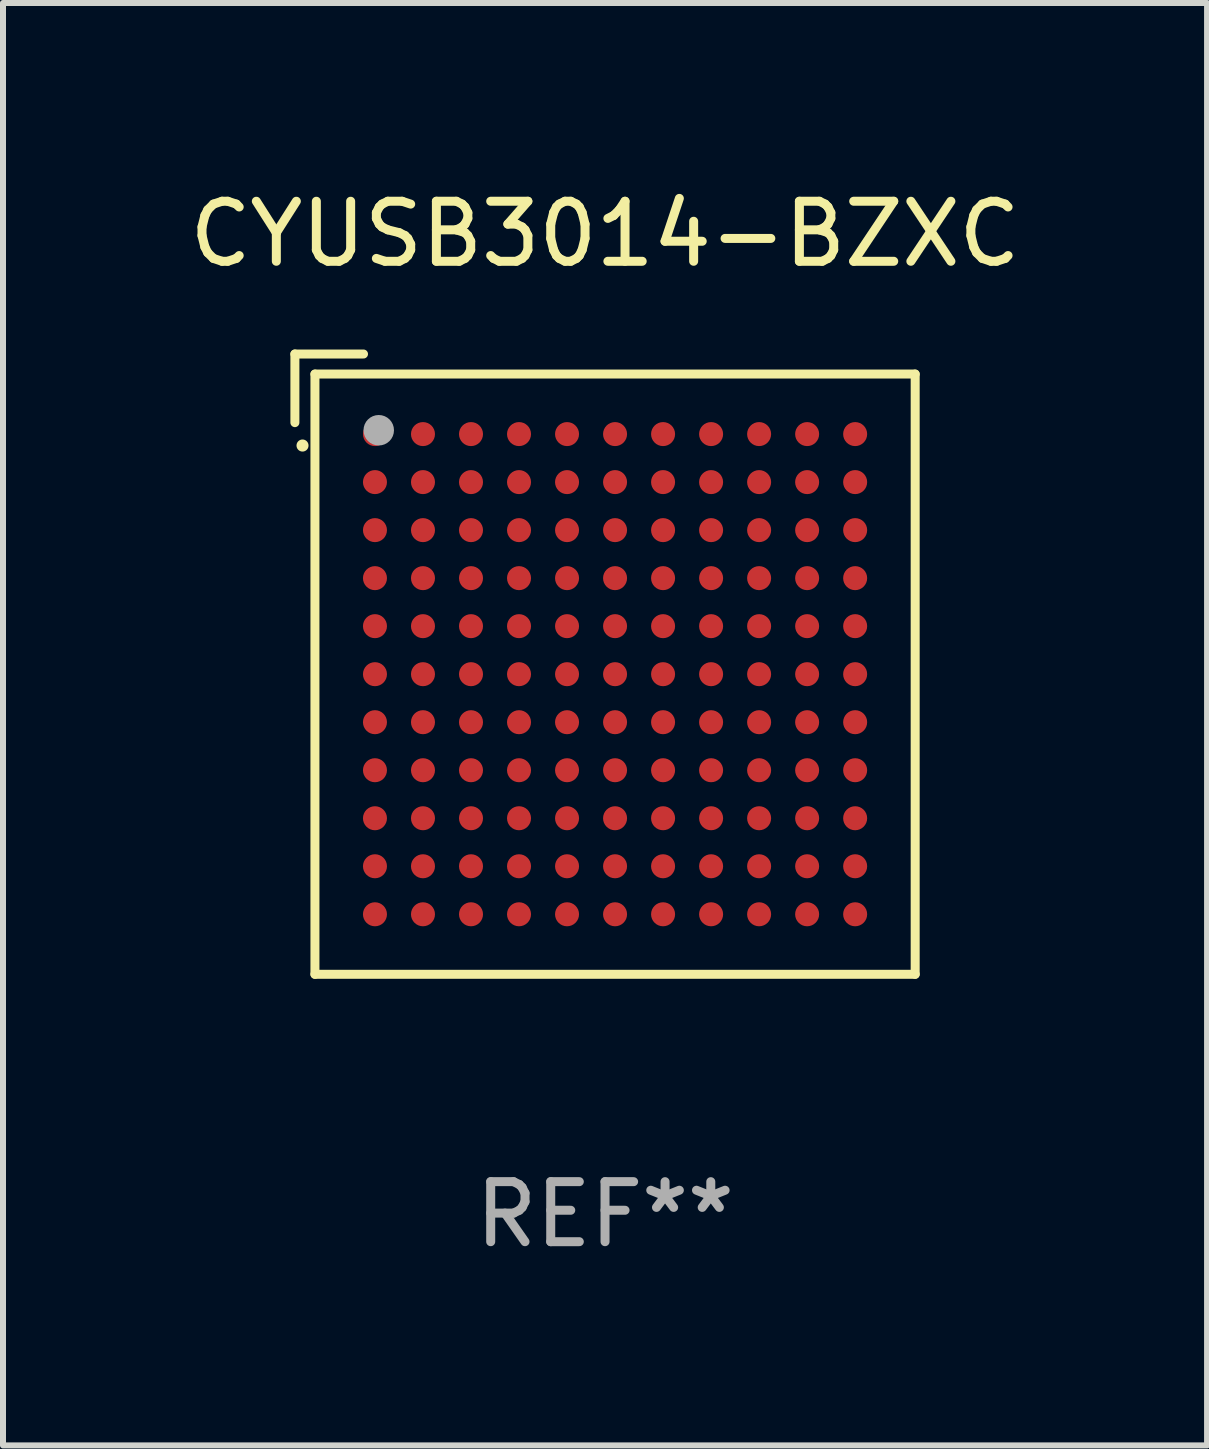
<source format=kicad_pcb>
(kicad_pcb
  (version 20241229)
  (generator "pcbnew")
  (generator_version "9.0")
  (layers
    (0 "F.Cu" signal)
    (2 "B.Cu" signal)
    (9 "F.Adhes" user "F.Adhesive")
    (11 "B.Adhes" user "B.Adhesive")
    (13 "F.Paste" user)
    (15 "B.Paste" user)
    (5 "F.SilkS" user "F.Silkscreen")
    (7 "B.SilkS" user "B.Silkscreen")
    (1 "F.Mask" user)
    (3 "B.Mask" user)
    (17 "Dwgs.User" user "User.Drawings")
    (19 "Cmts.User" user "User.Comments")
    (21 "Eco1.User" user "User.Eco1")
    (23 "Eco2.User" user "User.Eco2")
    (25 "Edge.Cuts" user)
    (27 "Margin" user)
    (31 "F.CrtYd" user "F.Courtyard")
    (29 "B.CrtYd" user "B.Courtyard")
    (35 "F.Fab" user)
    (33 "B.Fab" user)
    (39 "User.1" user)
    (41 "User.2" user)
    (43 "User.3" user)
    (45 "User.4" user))
  (footprint "CYUSB3014-BZXC"
    (layer "F.Cu")
    (at 7.03 8.015)
    (property "Reference" "CYUSB3014-BZXC" (at 0 -7.167 0) (layer "F.SilkS") (effects (font (size 1 1) (thickness 0.15))))
    (attr through_hole)
    (fp_line (start -5.167 -5.167) (end -5.167 -4.024) (stroke (width 0.15) (type solid)) (layer "F.SilkS"))
    (fp_line (start -4.833 -4.833) (end 5.167 -4.833) (stroke (width 0.15) (type solid)) (layer "F.SilkS"))
    (fp_line (start -4.833 5.167) (end -4.833 -4.833) (stroke (width 0.15) (type solid)) (layer "F.SilkS"))
    (fp_line (start -4.024 -5.167) (end -5.167 -5.167) (stroke (width 0.15) (type solid)) (layer "F.SilkS"))
    (fp_line (start 5.167 -4.833) (end 5.167 5.167) (stroke (width 0.15) (type solid)) (layer "F.SilkS"))
    (fp_line (start 5.167 5.167) (end -4.833 5.167) (stroke (width 0.15) (type solid)) (layer "F.SilkS"))
    (fp_arc (start -5.040005 -3.641732) (mid -5.040007 -3.642367) (end -5.040005 -3.643002) (stroke (width 0.2) (type solid)) (layer "F.SilkS"))
    (fp_circle (center -4.833 -4.833) (end -4.803 -4.833) (stroke (width 0.06) (type solid)) (fill no) (layer "F.SilkS"))
    (fp_circle (center -3.77 -3.897) (end -3.643 -3.897) (stroke (width 0.254) (type solid)) (fill no) (layer "F.Fab"))
    (fp_text user "REF**" (at 0 9.167 0) (layer "F.Fab") (effects (font (size 1 1) (thickness 0.15))))
    (pad "A1" smd circle (at -3.833 -3.833) (size 0.4 0.4) (layers "F.Cu" "F.Mask" "F.Paste"))
    (pad "A2" smd circle (at -3.033 -3.833) (size 0.4 0.4) (layers "F.Cu" "F.Mask" "F.Paste"))
    (pad "A3" smd circle (at -2.233 -3.833) (size 0.4 0.4) (layers "F.Cu" "F.Mask" "F.Paste"))
    (pad "A4" smd circle (at -1.433 -3.833) (size 0.4 0.4) (layers "F.Cu" "F.Mask" "F.Paste"))
    (pad "A5" smd circle (at -0.633 -3.833) (size 0.4 0.4) (layers "F.Cu" "F.Mask" "F.Paste"))
    (pad "A6" smd circle (at 0.167 -3.833) (size 0.4 0.4) (layers "F.Cu" "F.Mask" "F.Paste"))
    (pad "A7" smd circle (at 0.967 -3.833) (size 0.4 0.4) (layers "F.Cu" "F.Mask" "F.Paste"))
    (pad "A8" smd circle (at 1.767 -3.833) (size 0.4 0.4) (layers "F.Cu" "F.Mask" "F.Paste"))
    (pad "A9" smd circle (at 2.567 -3.833) (size 0.4 0.4) (layers "F.Cu" "F.Mask" "F.Paste"))
    (pad "A10" smd circle (at 3.367 -3.833) (size 0.4 0.4) (layers "F.Cu" "F.Mask" "F.Paste"))
    (pad "A11" smd circle (at 4.167 -3.833) (size 0.4 0.4) (layers "F.Cu" "F.Mask" "F.Paste"))
    (pad "B1" smd circle (at -3.833 -3.033) (size 0.4 0.4) (layers "F.Cu" "F.Mask" "F.Paste"))
    (pad "B2" smd circle (at -3.033 -3.033) (size 0.4 0.4) (layers "F.Cu" "F.Mask" "F.Paste"))
    (pad "B3" smd circle (at -2.233 -3.033) (size 0.4 0.4) (layers "F.Cu" "F.Mask" "F.Paste"))
    (pad "B4" smd circle (at -1.433 -3.033) (size 0.4 0.4) (layers "F.Cu" "F.Mask" "F.Paste"))
    (pad "B5" smd circle (at -0.633 -3.033) (size 0.4 0.4) (layers "F.Cu" "F.Mask" "F.Paste"))
    (pad "B6" smd circle (at 0.167 -3.033) (size 0.4 0.4) (layers "F.Cu" "F.Mask" "F.Paste"))
    (pad "B7" smd circle (at 0.967 -3.033) (size 0.4 0.4) (layers "F.Cu" "F.Mask" "F.Paste"))
    (pad "B8" smd circle (at 1.767 -3.033) (size 0.4 0.4) (layers "F.Cu" "F.Mask" "F.Paste"))
    (pad "B9" smd circle (at 2.567 -3.033) (size 0.4 0.4) (layers "F.Cu" "F.Mask" "F.Paste"))
    (pad "B10" smd circle (at 3.367 -3.033) (size 0.4 0.4) (layers "F.Cu" "F.Mask" "F.Paste"))
    (pad "B11" smd circle (at 4.167 -3.033) (size 0.4 0.4) (layers "F.Cu" "F.Mask" "F.Paste"))
    (pad "C1" smd circle (at -3.833 -2.233) (size 0.4 0.4) (layers "F.Cu" "F.Mask" "F.Paste"))
    (pad "C2" smd circle (at -3.033 -2.233) (size 0.4 0.4) (layers "F.Cu" "F.Mask" "F.Paste"))
    (pad "C3" smd circle (at -2.233 -2.233) (size 0.4 0.4) (layers "F.Cu" "F.Mask" "F.Paste"))
    (pad "C4" smd circle (at -1.433 -2.233) (size 0.4 0.4) (layers "F.Cu" "F.Mask" "F.Paste"))
    (pad "C5" smd circle (at -0.633 -2.233) (size 0.4 0.4) (layers "F.Cu" "F.Mask" "F.Paste"))
    (pad "C6" smd circle (at 0.167 -2.233) (size 0.4 0.4) (layers "F.Cu" "F.Mask" "F.Paste"))
    (pad "C7" smd circle (at 0.967 -2.233) (size 0.4 0.4) (layers "F.Cu" "F.Mask" "F.Paste"))
    (pad "C8" smd circle (at 1.767 -2.233) (size 0.4 0.4) (layers "F.Cu" "F.Mask" "F.Paste"))
    (pad "C9" smd circle (at 2.567 -2.233) (size 0.4 0.4) (layers "F.Cu" "F.Mask" "F.Paste"))
    (pad "C10" smd circle (at 3.367 -2.233) (size 0.4 0.4) (layers "F.Cu" "F.Mask" "F.Paste"))
    (pad "C11" smd circle (at 4.167 -2.233) (size 0.4 0.4) (layers "F.Cu" "F.Mask" "F.Paste"))
    (pad "D1" smd circle (at -3.833 -1.433) (size 0.4 0.4) (layers "F.Cu" "F.Mask" "F.Paste"))
    (pad "D2" smd circle (at -3.033 -1.433) (size 0.4 0.4) (layers "F.Cu" "F.Mask" "F.Paste"))
    (pad "D3" smd circle (at -2.233 -1.433) (size 0.4 0.4) (layers "F.Cu" "F.Mask" "F.Paste"))
    (pad "D4" smd circle (at -1.433 -1.433) (size 0.4 0.4) (layers "F.Cu" "F.Mask" "F.Paste"))
    (pad "D5" smd circle (at -0.633 -1.433) (size 0.4 0.4) (layers "F.Cu" "F.Mask" "F.Paste"))
    (pad "D6" smd circle (at 0.167 -1.433) (size 0.4 0.4) (layers "F.Cu" "F.Mask" "F.Paste"))
    (pad "D7" smd circle (at 0.967 -1.433) (size 0.4 0.4) (layers "F.Cu" "F.Mask" "F.Paste"))
    (pad "D8" smd circle (at 1.767 -1.433) (size 0.4 0.4) (layers "F.Cu" "F.Mask" "F.Paste"))
    (pad "D9" smd circle (at 2.567 -1.433) (size 0.4 0.4) (layers "F.Cu" "F.Mask" "F.Paste"))
    (pad "D10" smd circle (at 3.367 -1.433) (size 0.4 0.4) (layers "F.Cu" "F.Mask" "F.Paste"))
    (pad "D11" smd circle (at 4.167 -1.433) (size 0.4 0.4) (layers "F.Cu" "F.Mask" "F.Paste"))
    (pad "E1" smd circle (at -3.833 -0.633) (size 0.4 0.4) (layers "F.Cu" "F.Mask" "F.Paste"))
    (pad "E2" smd circle (at -3.033 -0.633) (size 0.4 0.4) (layers "F.Cu" "F.Mask" "F.Paste"))
    (pad "E3" smd circle (at -2.233 -0.633) (size 0.4 0.4) (layers "F.Cu" "F.Mask" "F.Paste"))
    (pad "E4" smd circle (at -1.433 -0.633) (size 0.4 0.4) (layers "F.Cu" "F.Mask" "F.Paste"))
    (pad "E5" smd circle (at -0.633 -0.633) (size 0.4 0.4) (layers "F.Cu" "F.Mask" "F.Paste"))
    (pad "E6" smd circle (at 0.167 -0.633) (size 0.4 0.4) (layers "F.Cu" "F.Mask" "F.Paste"))
    (pad "E7" smd circle (at 0.967 -0.633) (size 0.4 0.4) (layers "F.Cu" "F.Mask" "F.Paste"))
    (pad "E8" smd circle (at 1.767 -0.633) (size 0.4 0.4) (layers "F.Cu" "F.Mask" "F.Paste"))
    (pad "E9" smd circle (at 2.567 -0.633) (size 0.4 0.4) (layers "F.Cu" "F.Mask" "F.Paste"))
    (pad "E10" smd circle (at 3.367 -0.633) (size 0.4 0.4) (layers "F.Cu" "F.Mask" "F.Paste"))
    (pad "E11" smd circle (at 4.167 -0.633) (size 0.4 0.4) (layers "F.Cu" "F.Mask" "F.Paste"))
    (pad "F1" smd circle (at -3.833 0.167) (size 0.4 0.4) (layers "F.Cu" "F.Mask" "F.Paste"))
    (pad "F2" smd circle (at -3.033 0.167) (size 0.4 0.4) (layers "F.Cu" "F.Mask" "F.Paste"))
    (pad "F3" smd circle (at -2.233 0.167) (size 0.4 0.4) (layers "F.Cu" "F.Mask" "F.Paste"))
    (pad "F4" smd circle (at -1.433 0.167) (size 0.4 0.4) (layers "F.Cu" "F.Mask" "F.Paste"))
    (pad "F5" smd circle (at -0.633 0.167) (size 0.4 0.4) (layers "F.Cu" "F.Mask" "F.Paste"))
    (pad "F6" smd circle (at 0.167 0.167) (size 0.4 0.4) (layers "F.Cu" "F.Mask" "F.Paste"))
    (pad "F7" smd circle (at 0.967 0.167) (size 0.4 0.4) (layers "F.Cu" "F.Mask" "F.Paste"))
    (pad "F8" smd circle (at 1.767 0.167) (size 0.4 0.4) (layers "F.Cu" "F.Mask" "F.Paste"))
    (pad "F9" smd circle (at 2.567 0.167) (size 0.4 0.4) (layers "F.Cu" "F.Mask" "F.Paste"))
    (pad "F10" smd circle (at 3.367 0.167) (size 0.4 0.4) (layers "F.Cu" "F.Mask" "F.Paste"))
    (pad "F11" smd circle (at 4.167 0.167) (size 0.4 0.4) (layers "F.Cu" "F.Mask" "F.Paste"))
    (pad "G1" smd circle (at -3.833 0.967) (size 0.4 0.4) (layers "F.Cu" "F.Mask" "F.Paste"))
    (pad "G2" smd circle (at -3.033 0.967) (size 0.4 0.4) (layers "F.Cu" "F.Mask" "F.Paste"))
    (pad "G3" smd circle (at -2.233 0.967) (size 0.4 0.4) (layers "F.Cu" "F.Mask" "F.Paste"))
    (pad "G4" smd circle (at -1.433 0.967) (size 0.4 0.4) (layers "F.Cu" "F.Mask" "F.Paste"))
    (pad "G5" smd circle (at -0.633 0.967) (size 0.4 0.4) (layers "F.Cu" "F.Mask" "F.Paste"))
    (pad "G6" smd circle (at 0.167 0.967) (size 0.4 0.4) (layers "F.Cu" "F.Mask" "F.Paste"))
    (pad "G7" smd circle (at 0.967 0.967) (size 0.4 0.4) (layers "F.Cu" "F.Mask" "F.Paste"))
    (pad "G8" smd circle (at 1.767 0.967) (size 0.4 0.4) (layers "F.Cu" "F.Mask" "F.Paste"))
    (pad "G9" smd circle (at 2.567 0.967) (size 0.4 0.4) (layers "F.Cu" "F.Mask" "F.Paste"))
    (pad "G10" smd circle (at 3.367 0.967) (size 0.4 0.4) (layers "F.Cu" "F.Mask" "F.Paste"))
    (pad "G11" smd circle (at 4.167 0.967) (size 0.4 0.4) (layers "F.Cu" "F.Mask" "F.Paste"))
    (pad "H1" smd circle (at -3.833 1.767) (size 0.4 0.4) (layers "F.Cu" "F.Mask" "F.Paste"))
    (pad "H2" smd circle (at -3.033 1.767) (size 0.4 0.4) (layers "F.Cu" "F.Mask" "F.Paste"))
    (pad "H3" smd circle (at -2.233 1.767) (size 0.4 0.4) (layers "F.Cu" "F.Mask" "F.Paste"))
    (pad "H4" smd circle (at -1.433 1.767) (size 0.4 0.4) (layers "F.Cu" "F.Mask" "F.Paste"))
    (pad "H5" smd circle (at -0.633 1.767) (size 0.4 0.4) (layers "F.Cu" "F.Mask" "F.Paste"))
    (pad "H6" smd circle (at 0.167 1.767) (size 0.4 0.4) (layers "F.Cu" "F.Mask" "F.Paste"))
    (pad "H7" smd circle (at 0.967 1.767) (size 0.4 0.4) (layers "F.Cu" "F.Mask" "F.Paste"))
    (pad "H8" smd circle (at 1.767 1.767) (size 0.4 0.4) (layers "F.Cu" "F.Mask" "F.Paste"))
    (pad "H9" smd circle (at 2.567 1.767) (size 0.4 0.4) (layers "F.Cu" "F.Mask" "F.Paste"))
    (pad "H10" smd circle (at 3.367 1.767) (size 0.4 0.4) (layers "F.Cu" "F.Mask" "F.Paste"))
    (pad "H11" smd circle (at 4.167 1.767) (size 0.4 0.4) (layers "F.Cu" "F.Mask" "F.Paste"))
    (pad "J1" smd circle (at -3.833 2.567) (size 0.4 0.4) (layers "F.Cu" "F.Mask" "F.Paste"))
    (pad "J2" smd circle (at -3.033 2.567) (size 0.4 0.4) (layers "F.Cu" "F.Mask" "F.Paste"))
    (pad "J3" smd circle (at -2.233 2.567) (size 0.4 0.4) (layers "F.Cu" "F.Mask" "F.Paste"))
    (pad "J4" smd circle (at -1.433 2.567) (size 0.4 0.4) (layers "F.Cu" "F.Mask" "F.Paste"))
    (pad "J5" smd circle (at -0.633 2.567) (size 0.4 0.4) (layers "F.Cu" "F.Mask" "F.Paste"))
    (pad "J6" smd circle (at 0.167 2.567) (size 0.4 0.4) (layers "F.Cu" "F.Mask" "F.Paste"))
    (pad "J7" smd circle (at 0.967 2.567) (size 0.4 0.4) (layers "F.Cu" "F.Mask" "F.Paste"))
    (pad "J8" smd circle (at 1.767 2.567) (size 0.4 0.4) (layers "F.Cu" "F.Mask" "F.Paste"))
    (pad "J9" smd circle (at 2.567 2.567) (size 0.4 0.4) (layers "F.Cu" "F.Mask" "F.Paste"))
    (pad "J10" smd circle (at 3.367 2.567) (size 0.4 0.4) (layers "F.Cu" "F.Mask" "F.Paste"))
    (pad "J11" smd circle (at 4.167 2.567) (size 0.4 0.4) (layers "F.Cu" "F.Mask" "F.Paste"))
    (pad "K1" smd circle (at -3.833 3.367) (size 0.4 0.4) (layers "F.Cu" "F.Mask" "F.Paste"))
    (pad "K2" smd circle (at -3.033 3.367) (size 0.4 0.4) (layers "F.Cu" "F.Mask" "F.Paste"))
    (pad "K3" smd circle (at -2.233 3.367) (size 0.4 0.4) (layers "F.Cu" "F.Mask" "F.Paste"))
    (pad "K4" smd circle (at -1.433 3.367) (size 0.4 0.4) (layers "F.Cu" "F.Mask" "F.Paste"))
    (pad "K5" smd circle (at -0.633 3.367) (size 0.4 0.4) (layers "F.Cu" "F.Mask" "F.Paste"))
    (pad "K6" smd circle (at 0.167 3.367) (size 0.4 0.4) (layers "F.Cu" "F.Mask" "F.Paste"))
    (pad "K7" smd circle (at 0.967 3.367) (size 0.4 0.4) (layers "F.Cu" "F.Mask" "F.Paste"))
    (pad "K8" smd circle (at 1.767 3.367) (size 0.4 0.4) (layers "F.Cu" "F.Mask" "F.Paste"))
    (pad "K9" smd circle (at 2.567 3.367) (size 0.4 0.4) (layers "F.Cu" "F.Mask" "F.Paste"))
    (pad "K10" smd circle (at 3.367 3.367) (size 0.4 0.4) (layers "F.Cu" "F.Mask" "F.Paste"))
    (pad "K11" smd circle (at 4.167 3.367) (size 0.4 0.4) (layers "F.Cu" "F.Mask" "F.Paste"))
    (pad "L1" smd circle (at -3.833 4.167) (size 0.4 0.4) (layers "F.Cu" "F.Mask" "F.Paste"))
    (pad "L2" smd circle (at -3.033 4.167) (size 0.4 0.4) (layers "F.Cu" "F.Mask" "F.Paste"))
    (pad "L3" smd circle (at -2.233 4.167) (size 0.4 0.4) (layers "F.Cu" "F.Mask" "F.Paste"))
    (pad "L4" smd circle (at -1.433 4.167) (size 0.4 0.4) (layers "F.Cu" "F.Mask" "F.Paste"))
    (pad "L5" smd circle (at -0.633 4.167) (size 0.4 0.4) (layers "F.Cu" "F.Mask" "F.Paste"))
    (pad "L6" smd circle (at 0.167 4.167) (size 0.4 0.4) (layers "F.Cu" "F.Mask" "F.Paste"))
    (pad "L7" smd circle (at 0.967 4.167) (size 0.4 0.4) (layers "F.Cu" "F.Mask" "F.Paste"))
    (pad "L8" smd circle (at 1.767 4.167) (size 0.4 0.4) (layers "F.Cu" "F.Mask" "F.Paste"))
    (pad "L9" smd circle (at 2.567 4.167) (size 0.4 0.4) (layers "F.Cu" "F.Mask" "F.Paste"))
    (pad "L10" smd circle (at 3.367 4.167) (size 0.4 0.4) (layers "F.Cu" "F.Mask" "F.Paste"))
    (pad "L11" smd circle (at 4.167 4.167) (size 0.4 0.4) (layers "F.Cu" "F.Mask" "F.Paste")))
  (gr_rect
    (start -3 -3)
    (end 17.06 21.031)
    (stroke (width 0.1) (type default))
    (fill no)
    (layer "Edge.Cuts")))
</source>
